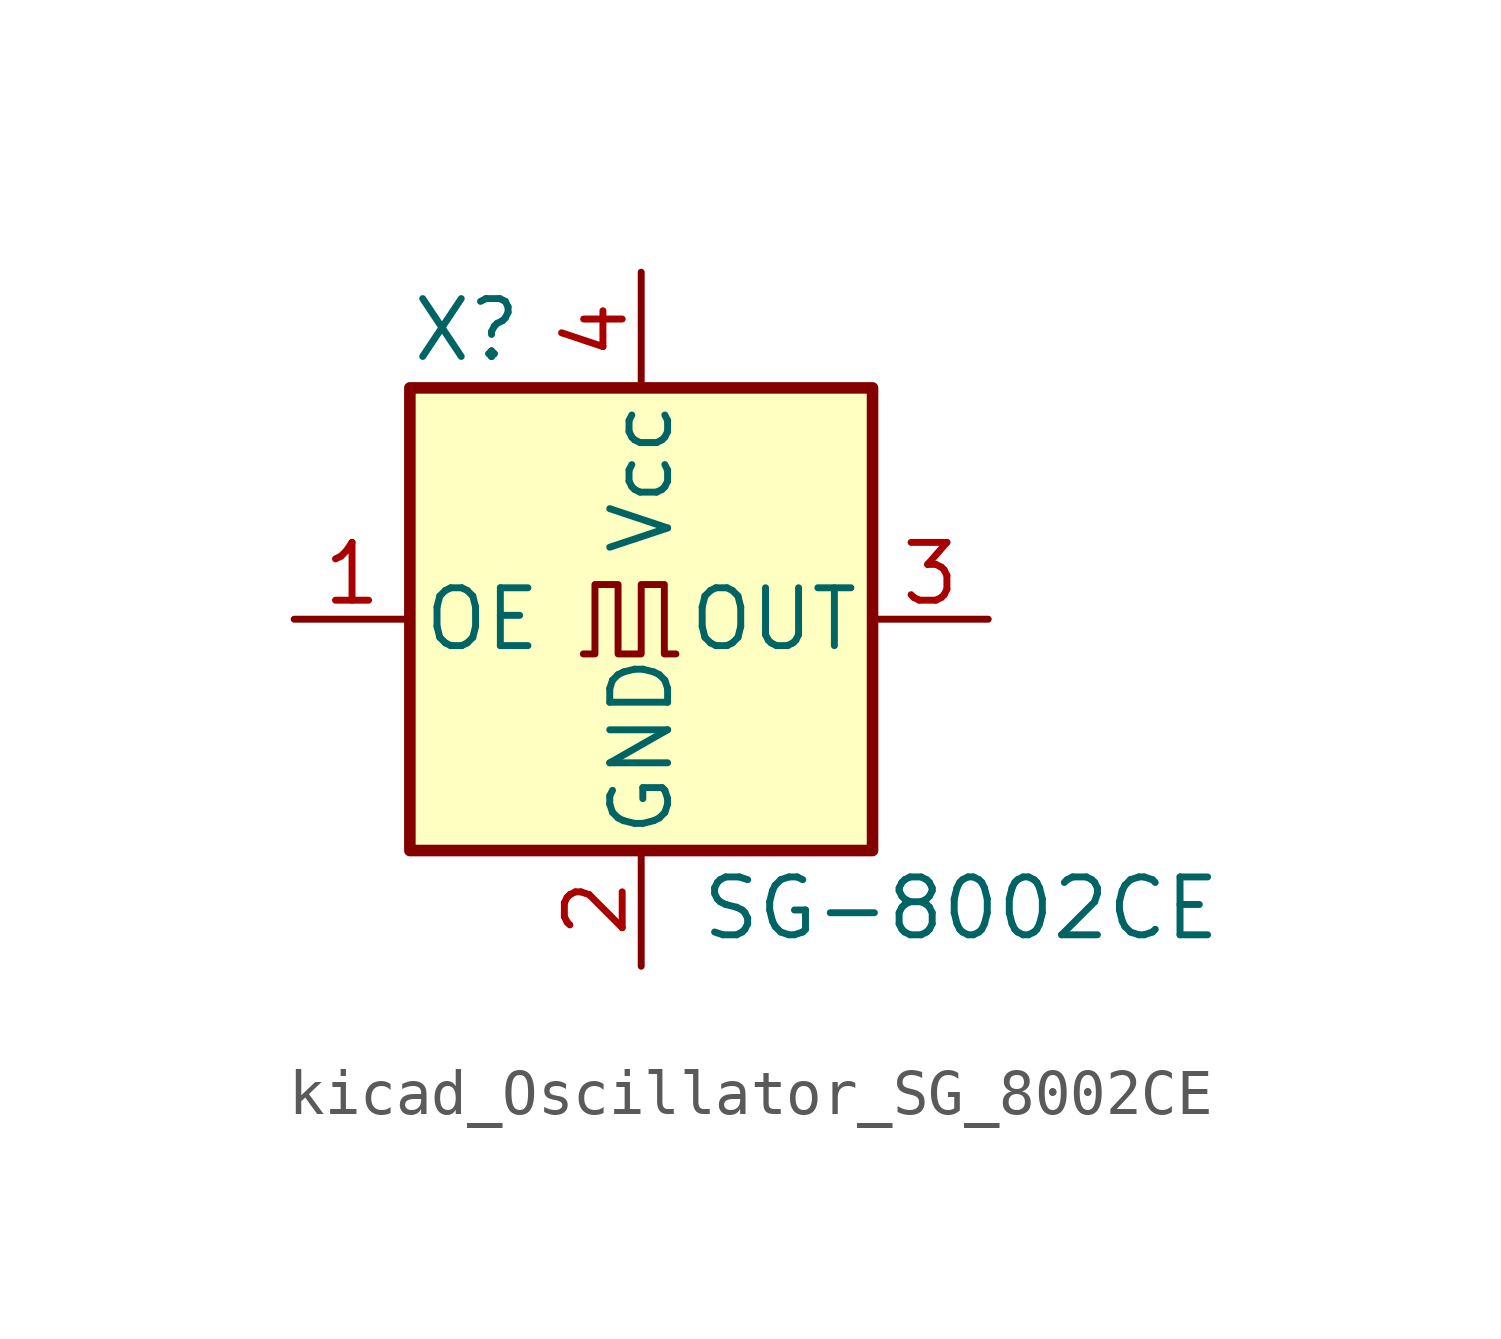
<source format=kicad_sym>
(kicad_symbol_lib
  (version 20220914)
  (generator kicad_symbol_editor)
  (symbol "kicad_Oscillator_SG_8002CE"
    (pin_names
      (offset 0.254))
    (property "Reference" "X"
      (at -5.08 6.35 0)
      (effects (font (size 1.27 1.27)) (justify left)))
    (property "Value" "SG-8002CE"
      (at 1.27 -6.35 0)
      (effects (font (size 1.27 1.27)) (justify left)))
    (symbol "kicad_Oscillator_SG_8002CE_0_1"
      (rectangle (start -5.08 5.08) (end 5.08 -5.08) (stroke (width 0.254) (type default)) (fill (type background)))
      (polyline (pts (xy -1.27 -0.762) (xy -1.016 -0.762) (xy -1.016 0.762) (xy -0.508 0.762) (xy -0.508 -0.762) (xy 0 -0.762) (xy 0 0.762) (xy 0.508 0.762) (xy 0.508 -0.762) (xy 0.762 -0.762)) (stroke (width 0) (type default)) (fill (type none))))
    (symbol "kicad_Oscillator_SG_8002CE_1_1"
      (pin input line (at -7.62 0 0) (length 2.54) (name "OE" (effects (font (size 1.27 1.27)))) (number "1" (effects (font (size 1.27 1.27)))))
      (pin power_in line (at 0 -7.62 90) (length 2.54) (name "GND" (effects (font (size 1.27 1.27)))) (number "2" (effects (font (size 1.27 1.27)))))
      (pin output line (at 7.62 0 180) (length 2.54) (name "OUT" (effects (font (size 1.27 1.27)))) (number "3" (effects (font (size 1.27 1.27)))))
      (pin power_in line (at 0 7.62 270) (length 2.54) (name "Vcc" (effects (font (size 1.27 1.27)))) (number "4" (effects (font (size 1.27 1.27))))))))
</source>
